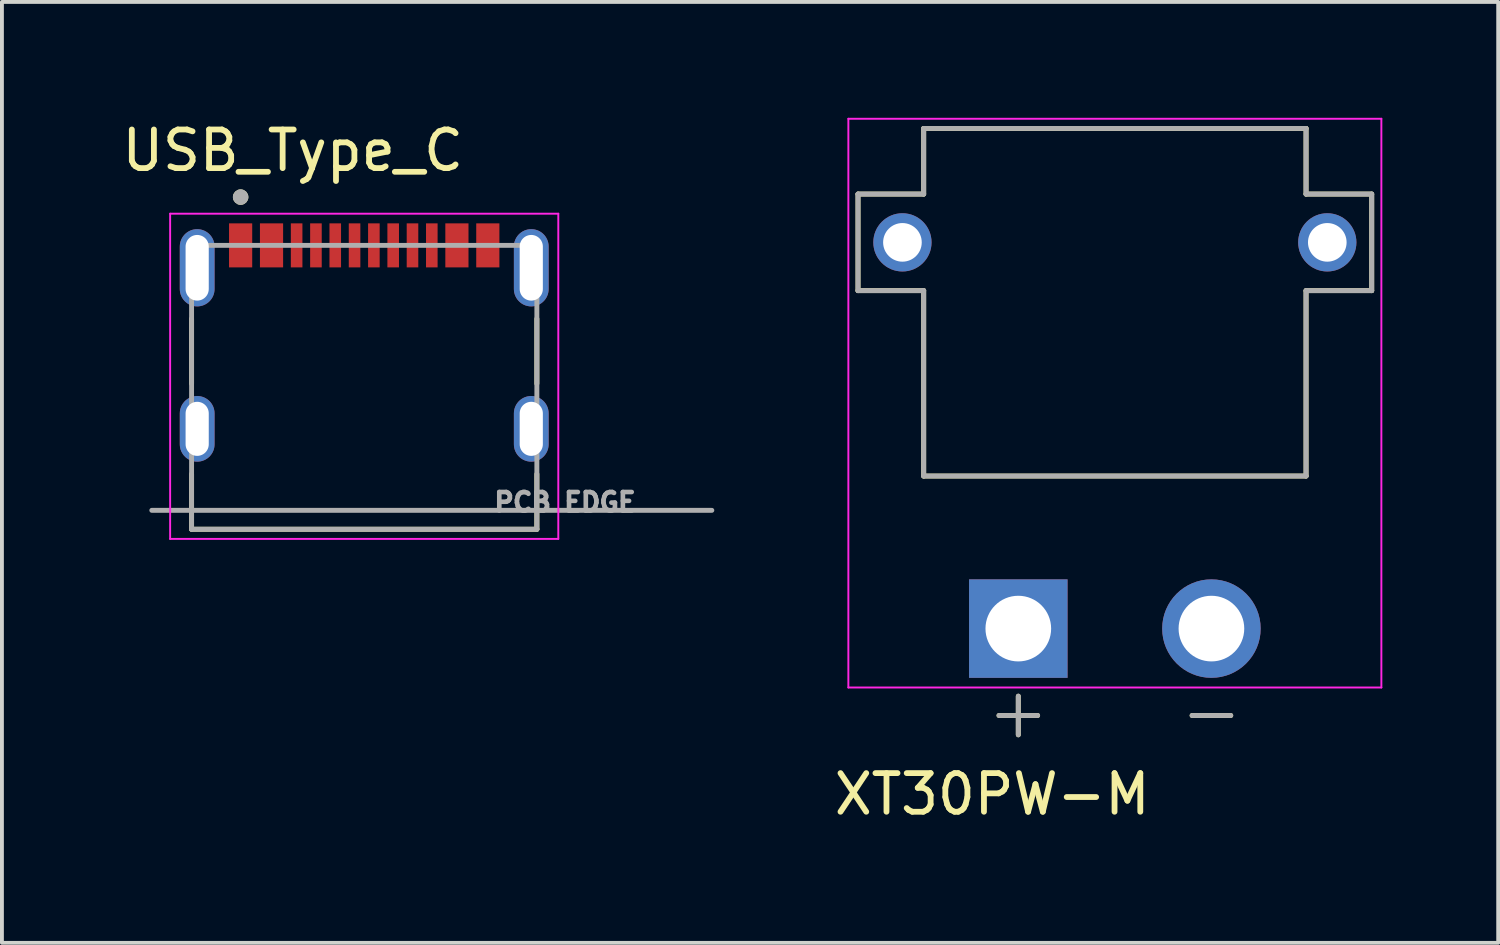
<source format=kicad_pcb>
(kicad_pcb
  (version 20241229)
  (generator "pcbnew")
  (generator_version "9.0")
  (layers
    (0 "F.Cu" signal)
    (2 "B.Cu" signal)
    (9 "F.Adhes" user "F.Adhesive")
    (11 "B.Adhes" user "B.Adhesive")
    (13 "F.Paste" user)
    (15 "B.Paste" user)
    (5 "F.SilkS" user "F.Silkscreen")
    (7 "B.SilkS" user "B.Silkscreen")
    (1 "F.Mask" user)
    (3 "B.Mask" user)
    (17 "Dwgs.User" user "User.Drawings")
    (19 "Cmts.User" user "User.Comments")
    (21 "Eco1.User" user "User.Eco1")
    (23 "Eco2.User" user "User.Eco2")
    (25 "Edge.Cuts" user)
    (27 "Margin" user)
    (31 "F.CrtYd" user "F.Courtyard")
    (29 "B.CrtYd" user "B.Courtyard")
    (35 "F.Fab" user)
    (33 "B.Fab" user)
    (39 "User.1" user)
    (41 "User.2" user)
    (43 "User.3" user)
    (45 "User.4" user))
  (footprint "XT30PW-M"
    (layer "F.Cu")
    (at 25.815 3.225)
    (property "Reference" "XT30PW-M" (at -3.175 14.287 0) (layer "F.SilkS") (effects (font (size 1 1) (thickness 0.15))))
    (attr through_hole)
    (fp_line (start -6.65 -1.25) (end -4.95 -1.25) (stroke (width 0.127) (type solid)) (layer "F.SilkS"))
    (fp_line (start -6.65 1.25) (end -6.65 -1.25) (stroke (width 0.127) (type solid)) (layer "F.SilkS"))
    (fp_line (start -4.95 -2.95) (end 4.95 -2.95) (stroke (width 0.127) (type solid)) (layer "F.SilkS"))
    (fp_line (start -4.95 -1.25) (end -4.95 -2.95) (stroke (width 0.127) (type solid)) (layer "F.SilkS"))
    (fp_line (start -4.95 1.25) (end -6.65 1.25) (stroke (width 0.127) (type solid)) (layer "F.SilkS"))
    (fp_line (start -4.95 6.05) (end -4.95 1.25) (stroke (width 0.127) (type solid)) (layer "F.SilkS"))
    (fp_line (start -3 12.25) (end -2 12.25) (stroke (width 0.127) (type solid)) (layer "F.SilkS"))
    (fp_line (start -2.5 12.75) (end -2.5 11.75) (stroke (width 0.127) (type solid)) (layer "F.SilkS"))
    (fp_line (start 2 12.25) (end 3 12.25) (stroke (width 0.127) (type solid)) (layer "F.SilkS"))
    (fp_line (start 4.95 -2.95) (end 4.95 -1.25) (stroke (width 0.127) (type solid)) (layer "F.SilkS"))
    (fp_line (start 4.95 -1.25) (end 6.65 -1.25) (stroke (width 0.127) (type solid)) (layer "F.SilkS"))
    (fp_line (start 4.95 1.25) (end 4.95 6.05) (stroke (width 0.127) (type solid)) (layer "F.SilkS"))
    (fp_line (start 4.95 6.05) (end -4.95 6.05) (stroke (width 0.127) (type solid)) (layer "F.SilkS"))
    (fp_line (start 6.65 -1.25) (end 6.65 1.25) (stroke (width 0.127) (type solid)) (layer "F.SilkS"))
    (fp_line (start 6.65 1.25) (end 4.95 1.25) (stroke (width 0.127) (type solid)) (layer "F.SilkS"))
    (fp_line (start -6.9 -3.2) (end -6.9 11.525) (stroke (width 0.05) (type solid)) (layer "F.CrtYd"))
    (fp_line (start -6.9 11.525) (end 6.9 11.525) (stroke (width 0.05) (type solid)) (layer "F.CrtYd"))
    (fp_line (start 6.9 -3.2) (end -6.9 -3.2) (stroke (width 0.05) (type solid)) (layer "F.CrtYd"))
    (fp_line (start 6.9 11.525) (end 6.9 -3.2) (stroke (width 0.05) (type solid)) (layer "F.CrtYd"))
    (fp_line (start -6.65 -1.25) (end -4.95 -1.25) (stroke (width 0.127) (type solid)) (layer "F.Fab"))
    (fp_line (start -6.65 1.25) (end -6.65 -1.25) (stroke (width 0.127) (type solid)) (layer "F.Fab"))
    (fp_line (start -4.95 -2.95) (end 4.95 -2.95) (stroke (width 0.127) (type solid)) (layer "F.Fab"))
    (fp_line (start -4.95 -1.25) (end -4.95 -2.95) (stroke (width 0.127) (type solid)) (layer "F.Fab"))
    (fp_line (start -4.95 1.25) (end -6.65 1.25) (stroke (width 0.127) (type solid)) (layer "F.Fab"))
    (fp_line (start -4.95 6.05) (end -4.95 1.25) (stroke (width 0.127) (type solid)) (layer "F.Fab"))
    (fp_line (start -3 12.25) (end -2 12.25) (stroke (width 0.127) (type solid)) (layer "F.Fab"))
    (fp_line (start -2.5 12.75) (end -2.5 11.75) (stroke (width 0.127) (type solid)) (layer "F.Fab"))
    (fp_line (start 2 12.25) (end 3 12.25) (stroke (width 0.127) (type solid)) (layer "F.Fab"))
    (fp_line (start 4.95 -2.95) (end 4.95 -1.25) (stroke (width 0.127) (type solid)) (layer "F.Fab"))
    (fp_line (start 4.95 -1.25) (end 6.65 -1.25) (stroke (width 0.127) (type solid)) (layer "F.Fab"))
    (fp_line (start 4.95 1.25) (end 4.95 6.05) (stroke (width 0.127) (type solid)) (layer "F.Fab"))
    (fp_line (start 4.95 6.05) (end -4.95 6.05) (stroke (width 0.127) (type solid)) (layer "F.Fab"))
    (fp_line (start 6.65 -1.25) (end 6.65 1.25) (stroke (width 0.127) (type solid)) (layer "F.Fab"))
    (fp_line (start 6.65 1.25) (end 4.95 1.25) (stroke (width 0.127) (type solid)) (layer "F.Fab"))
    (pad "N" thru_hole circle (at 2.5 10) (size 2.55 2.55) (drill 1.7) (layers "*.Cu" "*.Mask"))
    (pad "P" thru_hole rect (at -2.5 10) (size 2.55 2.55) (drill 1.7) (layers "*.Cu" "*.Mask"))
    (pad "S1" thru_hole circle (at 5.5 0) (size 1.508 1.508) (drill 1) (layers "*.Cu" "*.Mask"))
    (pad "S2" thru_hole circle (at -5.5 0) (size 1.508 1.508) (drill 1) (layers "*.Cu" "*.Mask")))
  (footprint "USB_Type_C"
    (layer "F.Cu")
    (at 6.38 8.053)
    (property "Reference" "USB_Type_C" (at -1.85 -7.205 0) (layer "F.SilkS") (effects (font (size 1 1) (thickness 0.15))))
    (attr smd)
    (fp_poly (pts (xy -3.55 -5.37) (xy -2.85 -5.37) (xy -2.85 -4.13) (xy -3.55 -4.13)) (stroke (width 0.01) (type solid)) (fill yes) (layer "F.Mask"))
    (fp_poly (pts (xy -2.75 -5.37) (xy -2.05 -5.37) (xy -2.05 -4.13) (xy -2.75 -4.13)) (stroke (width 0.01) (type solid)) (fill yes) (layer "F.Mask"))
    (fp_poly (pts (xy -1.95 -5.37) (xy -1.55 -5.37) (xy -1.55 -4.13) (xy -1.95 -4.13)) (stroke (width 0.01) (type solid)) (fill yes) (layer "F.Mask"))
    (fp_poly (pts (xy -1.45 -5.37) (xy -1.05 -5.37) (xy -1.05 -4.13) (xy -1.45 -4.13)) (stroke (width 0.01) (type solid)) (fill yes) (layer "F.Mask"))
    (fp_poly (pts (xy -0.95 -5.37) (xy -0.55 -5.37) (xy -0.55 -4.13) (xy -0.95 -4.13)) (stroke (width 0.01) (type solid)) (fill yes) (layer "F.Mask"))
    (fp_poly (pts (xy -0.45 -5.37) (xy -0.05 -5.37) (xy -0.05 -4.13) (xy -0.45 -4.13)) (stroke (width 0.01) (type solid)) (fill yes) (layer "F.Mask"))
    (fp_poly (pts (xy 0.05 -5.37) (xy 0.45 -5.37) (xy 0.45 -4.13) (xy 0.05 -4.13)) (stroke (width 0.01) (type solid)) (fill yes) (layer "F.Mask"))
    (fp_poly (pts (xy 0.55 -5.37) (xy 0.95 -5.37) (xy 0.95 -4.13) (xy 0.55 -4.13)) (stroke (width 0.01) (type solid)) (fill yes) (layer "F.Mask"))
    (fp_poly (pts (xy 1.05 -5.37) (xy 1.45 -5.37) (xy 1.45 -4.13) (xy 1.05 -4.13)) (stroke (width 0.01) (type solid)) (fill yes) (layer "F.Mask"))
    (fp_poly (pts (xy 1.55 -5.37) (xy 1.95 -5.37) (xy 1.95 -4.13) (xy 1.55 -4.13)) (stroke (width 0.01) (type solid)) (fill yes) (layer "F.Mask"))
    (fp_poly (pts (xy 2.05 -5.37) (xy 2.75 -5.37) (xy 2.75 -4.13) (xy 2.05 -4.13)) (stroke (width 0.01) (type solid)) (fill yes) (layer "F.Mask"))
    (fp_poly (pts (xy 2.85 -5.37) (xy 3.55 -5.37) (xy 3.55 -4.13) (xy 2.85 -4.13)) (stroke (width 0.01) (type solid)) (fill yes) (layer "F.Mask"))
    (fp_line (start -4.47 -2.85) (end -4.47 -1.17) (stroke (width 0.127) (type solid)) (layer "F.SilkS"))
    (fp_line (start -4.47 2.6) (end -4.47 1.17) (stroke (width 0.127) (type solid)) (layer "F.SilkS"))
    (fp_line (start -4.47 2.6) (end 4.47 2.6) (stroke (width 0.127) (type solid)) (layer "F.SilkS"))
    (fp_line (start 4.47 -2.85) (end 4.47 -1.17) (stroke (width 0.127) (type solid)) (layer "F.SilkS"))
    (fp_line (start 4.47 2.6) (end 4.47 1.17) (stroke (width 0.127) (type solid)) (layer "F.SilkS"))
    (fp_circle (center -3.2 -6) (end -3.1 -6) (stroke (width 0.2) (type solid)) (fill no) (layer "F.SilkS"))
    (fp_line (start -5.025 -5.57) (end -5.025 2.85) (stroke (width 0.05) (type solid)) (layer "F.CrtYd"))
    (fp_line (start -5.025 2.85) (end 5.025 2.85) (stroke (width 0.05) (type solid)) (layer "F.CrtYd"))
    (fp_line (start 5.025 -5.57) (end -5.025 -5.57) (stroke (width 0.05) (type solid)) (layer "F.CrtYd"))
    (fp_line (start 5.025 2.85) (end 5.025 -5.57) (stroke (width 0.05) (type solid)) (layer "F.CrtYd"))
    (fp_line (start -5.5 2.11) (end 9 2.11) (stroke (width 0.127) (type solid)) (layer "F.Fab"))
    (fp_line (start -4.47 -4.75) (end -4.47 2.6) (stroke (width 0.127) (type solid)) (layer "F.Fab"))
    (fp_line (start -4.47 2.6) (end 4.47 2.6) (stroke (width 0.127) (type solid)) (layer "F.Fab"))
    (fp_line (start 4.47 -4.75) (end -4.47 -4.75) (stroke (width 0.127) (type solid)) (layer "F.Fab"))
    (fp_line (start 4.47 2.6) (end 4.47 -4.75) (stroke (width 0.127) (type solid)) (layer "F.Fab"))
    (fp_circle (center -3.2 -6) (end -3.1 -6) (stroke (width 0.2) (type solid)) (fill no) (layer "F.Fab"))
    (fp_text user "PCB EDGE" (at 5.2 1.9 0) (layer "F.Fab") (effects (font (size 0.48 0.48) (thickness 0.12))))
    (pad "A1_B12" smd rect (at -3.2 -4.75) (size 0.6 1.14) (layers "F.Cu" "F.Paste"))
    (pad "A4_B9" smd rect (at -2.4 -4.75) (size 0.6 1.14) (layers "F.Cu" "F.Paste"))
    (pad "A5" smd rect (at -1.25 -4.75) (size 0.3 1.14) (layers "F.Cu" "F.Paste"))
    (pad "A6" smd rect (at -0.25 -4.75) (size 0.3 1.14) (layers "F.Cu" "F.Paste"))
    (pad "A7" smd rect (at 0.25 -4.75) (size 0.3 1.14) (layers "F.Cu" "F.Paste"))
    (pad "A8" smd rect (at 1.25 -4.75) (size 0.3 1.14) (layers "F.Cu" "F.Paste"))
    (pad "B1_A12" smd rect (at 3.2 -4.75) (size 0.6 1.14) (layers "F.Cu" "F.Paste"))
    (pad "B4_A9" smd rect (at 2.4 -4.75) (size 0.6 1.14) (layers "F.Cu" "F.Paste"))
    (pad "B5" smd rect (at 1.75 -4.75) (size 0.3 1.14) (layers "F.Cu" "F.Paste"))
    (pad "B6" smd rect (at 0.75 -4.75) (size 0.3 1.14) (layers "F.Cu" "F.Paste"))
    (pad "B7" smd rect (at -0.75 -4.75) (size 0.3 1.14) (layers "F.Cu" "F.Paste"))
    (pad "B8" smd rect (at -1.75 -4.75) (size 0.3 1.14) (layers "F.Cu" "F.Paste"))
    (pad "S1" thru_hole oval (at -4.325 -4.17) (size 0.9 2) (drill oval 0.6 1.7) (layers "*.Cu" "*.Mask"))
    (pad "S2" thru_hole oval (at 4.325 -4.17) (size 0.9 2) (drill oval 0.6 1.7) (layers "*.Cu" "*.Mask"))
    (pad "S3" thru_hole oval (at -4.325 0) (size 0.9 1.7) (drill oval 0.6 1.4) (layers "*.Cu" "*.Mask"))
    (pad "S4" thru_hole oval (at 4.325 0) (size 0.9 1.7) (drill oval 0.6 1.4) (layers "*.Cu" "*.Mask")))
  (gr_rect
    (start -3 -3)
    (end 35.74 21.361)
    (stroke (width 0.1) (type default))
    (fill no)
    (layer "Edge.Cuts")))
</source>
